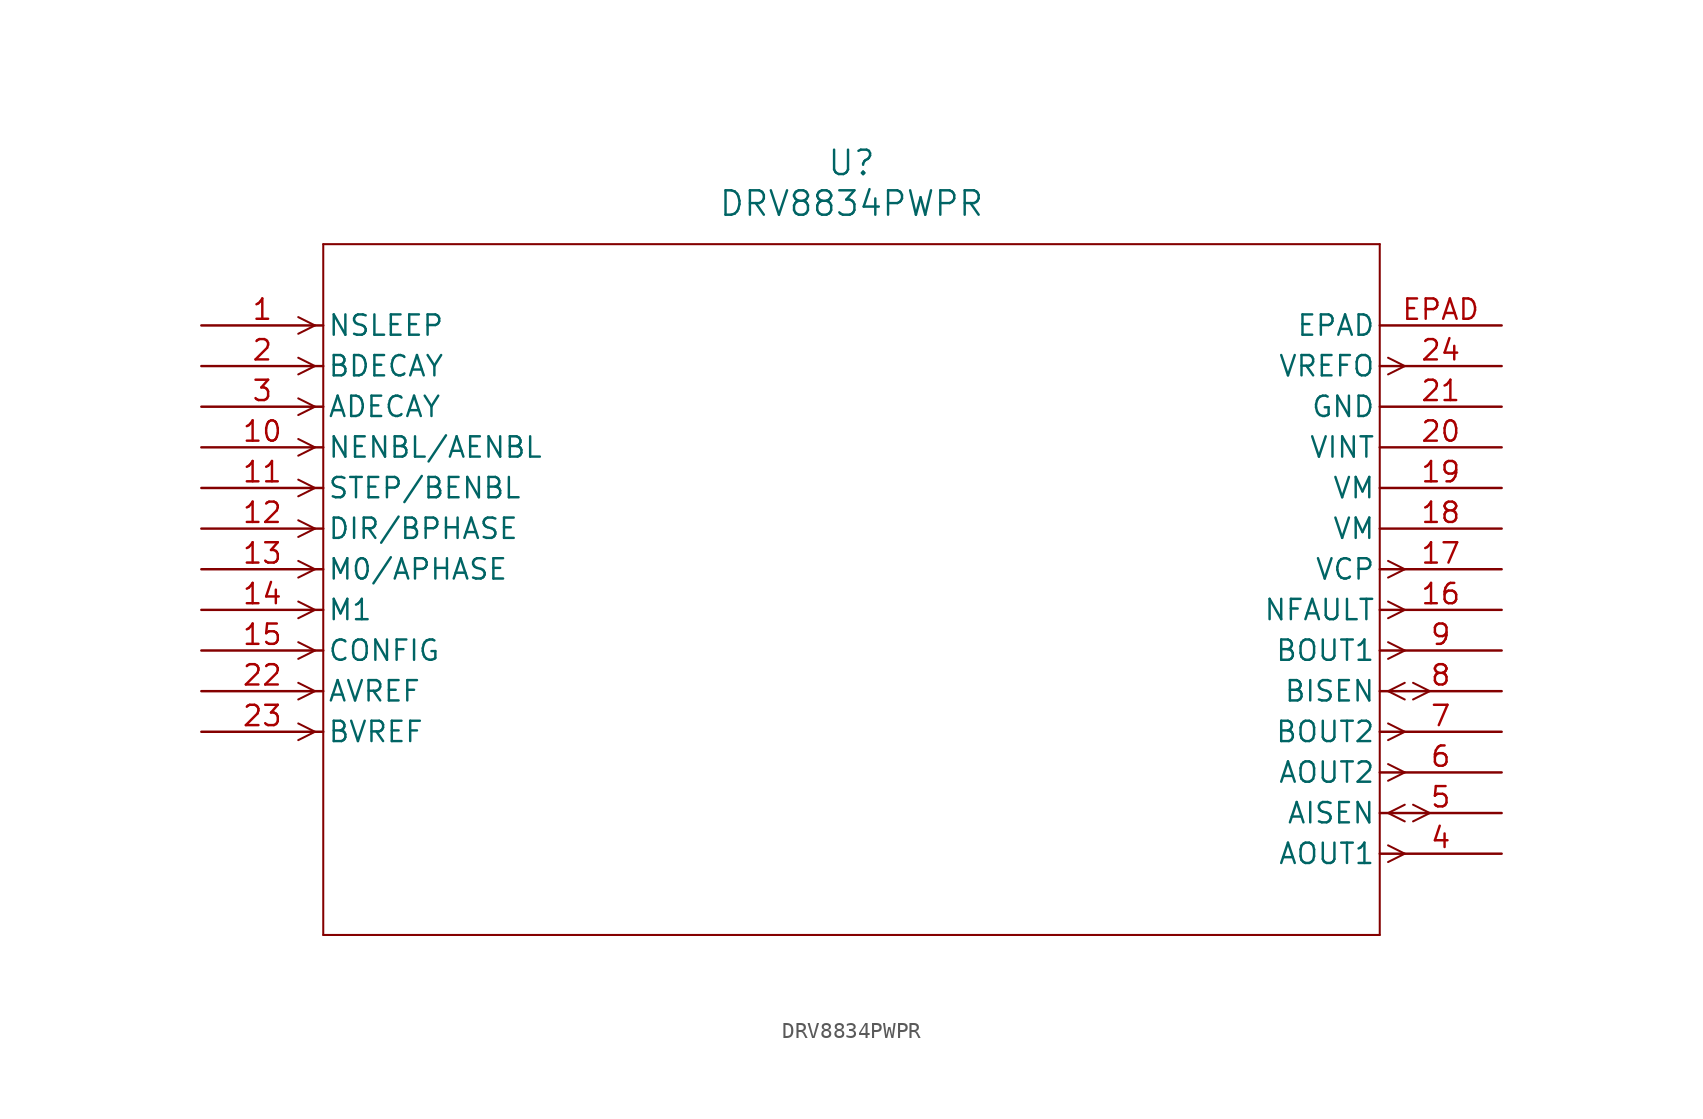
<source format=kicad_sym>
(kicad_symbol_lib
  (version 20211014)
  (generator kicad_symbol_editor)
  (symbol "DRV8834PWPR"
    (pin_names
      (offset 0.254))
    (property "Reference" "U"
      (at 40.64 10.16 0)
      (effects (font (size 1.524 1.524))))
    (property "Value" "DRV8834PWPR"
      (at 40.64 7.62 0)
      (effects (font (size 1.524 1.524))))
    (symbol "DRV8834PWPR_0_1"
      (polyline (pts (xy 7.099 0) (xy 6.058 0.521)) (stroke (width 0.127) (type default) (color 0 0 0 0)) (fill (type none)))
      (polyline (pts (xy 7.099 0) (xy 6.058 -0.521)) (stroke (width 0.127) (type default) (color 0 0 0 0)) (fill (type none)))
      (polyline (pts (xy 7.099 -2.54) (xy 6.058 -2.019)) (stroke (width 0.127) (type default) (color 0 0 0 0)) (fill (type none)))
      (polyline (pts (xy 7.099 -2.54) (xy 6.058 -3.061)) (stroke (width 0.127) (type default) (color 0 0 0 0)) (fill (type none)))
      (polyline (pts (xy 7.099 -5.08) (xy 6.058 -4.559)) (stroke (width 0.127) (type default) (color 0 0 0 0)) (fill (type none)))
      (polyline (pts (xy 7.099 -5.08) (xy 6.058 -5.601)) (stroke (width 0.127) (type default) (color 0 0 0 0)) (fill (type none)))
      (polyline (pts (xy 7.099 -7.62) (xy 6.058 -7.099)) (stroke (width 0.127) (type default) (color 0 0 0 0)) (fill (type none)))
      (polyline (pts (xy 7.099 -7.62) (xy 6.058 -8.141)) (stroke (width 0.127) (type default) (color 0 0 0 0)) (fill (type none)))
      (polyline (pts (xy 7.099 -10.16) (xy 6.058 -9.639)) (stroke (width 0.127) (type default) (color 0 0 0 0)) (fill (type none)))
      (polyline (pts (xy 7.099 -10.16) (xy 6.058 -10.681)) (stroke (width 0.127) (type default) (color 0 0 0 0)) (fill (type none)))
      (polyline (pts (xy 7.099 -12.7) (xy 6.058 -12.179)) (stroke (width 0.127) (type default) (color 0 0 0 0)) (fill (type none)))
      (polyline (pts (xy 7.099 -12.7) (xy 6.058 -13.221)) (stroke (width 0.127) (type default) (color 0 0 0 0)) (fill (type none)))
      (polyline (pts (xy 7.099 -15.24) (xy 6.058 -14.719)) (stroke (width 0.127) (type default) (color 0 0 0 0)) (fill (type none)))
      (polyline (pts (xy 7.099 -15.24) (xy 6.058 -15.761)) (stroke (width 0.127) (type default) (color 0 0 0 0)) (fill (type none)))
      (polyline (pts (xy 7.099 -17.78) (xy 6.058 -17.259)) (stroke (width 0.127) (type default) (color 0 0 0 0)) (fill (type none)))
      (polyline (pts (xy 7.099 -17.78) (xy 6.058 -18.301)) (stroke (width 0.127) (type default) (color 0 0 0 0)) (fill (type none)))
      (polyline (pts (xy 7.099 -20.32) (xy 6.058 -19.799)) (stroke (width 0.127) (type default) (color 0 0 0 0)) (fill (type none)))
      (polyline (pts (xy 7.099 -20.32) (xy 6.058 -20.841)) (stroke (width 0.127) (type default) (color 0 0 0 0)) (fill (type none)))
      (polyline (pts (xy 7.099 -22.86) (xy 6.058 -22.339)) (stroke (width 0.127) (type default) (color 0 0 0 0)) (fill (type none)))
      (polyline (pts (xy 7.099 -22.86) (xy 6.058 -23.381)) (stroke (width 0.127) (type default) (color 0 0 0 0)) (fill (type none)))
      (polyline (pts (xy 7.099 -25.4) (xy 6.058 -24.879)) (stroke (width 0.127) (type default) (color 0 0 0 0)) (fill (type none)))
      (polyline (pts (xy 7.099 -25.4) (xy 6.058 -25.921)) (stroke (width 0.127) (type default) (color 0 0 0 0)) (fill (type none)))
      (polyline (pts (xy 74.181 -32.499) (xy 75.222 -33.02)) (stroke (width 0.127) (type default) (color 0 0 0 0)) (fill (type none)))
      (polyline (pts (xy 74.181 -33.541) (xy 75.222 -33.02)) (stroke (width 0.127) (type default) (color 0 0 0 0)) (fill (type none)))
      (polyline (pts (xy 74.181 -30.48) (xy 75.222 -29.959)) (stroke (width 0.127) (type default) (color 0 0 0 0)) (fill (type none)))
      (polyline (pts (xy 74.181 -30.48) (xy 75.222 -31.001)) (stroke (width 0.127) (type default) (color 0 0 0 0)) (fill (type none)))
      (polyline (pts (xy 75.743 -29.959) (xy 76.784 -30.48)) (stroke (width 0.127) (type default) (color 0 0 0 0)) (fill (type none)))
      (polyline (pts (xy 75.743 -31.001) (xy 76.784 -30.48)) (stroke (width 0.127) (type default) (color 0 0 0 0)) (fill (type none)))
      (polyline (pts (xy 74.181 -27.419) (xy 75.222 -27.94)) (stroke (width 0.127) (type default) (color 0 0 0 0)) (fill (type none)))
      (polyline (pts (xy 74.181 -28.461) (xy 75.222 -27.94)) (stroke (width 0.127) (type default) (color 0 0 0 0)) (fill (type none)))
      (polyline (pts (xy 74.181 -24.879) (xy 75.222 -25.4)) (stroke (width 0.127) (type default) (color 0 0 0 0)) (fill (type none)))
      (polyline (pts (xy 74.181 -25.921) (xy 75.222 -25.4)) (stroke (width 0.127) (type default) (color 0 0 0 0)) (fill (type none)))
      (polyline (pts (xy 74.181 -22.86) (xy 75.222 -22.339)) (stroke (width 0.127) (type default) (color 0 0 0 0)) (fill (type none)))
      (polyline (pts (xy 74.181 -22.86) (xy 75.222 -23.381)) (stroke (width 0.127) (type default) (color 0 0 0 0)) (fill (type none)))
      (polyline (pts (xy 75.743 -22.339) (xy 76.784 -22.86)) (stroke (width 0.127) (type default) (color 0 0 0 0)) (fill (type none)))
      (polyline (pts (xy 75.743 -23.381) (xy 76.784 -22.86)) (stroke (width 0.127) (type default) (color 0 0 0 0)) (fill (type none)))
      (polyline (pts (xy 74.181 -19.799) (xy 75.222 -20.32)) (stroke (width 0.127) (type default) (color 0 0 0 0)) (fill (type none)))
      (polyline (pts (xy 74.181 -20.841) (xy 75.222 -20.32)) (stroke (width 0.127) (type default) (color 0 0 0 0)) (fill (type none)))
      (polyline (pts (xy 74.181 -17.259) (xy 75.222 -17.78)) (stroke (width 0.127) (type default) (color 0 0 0 0)) (fill (type none)))
      (polyline (pts (xy 74.181 -18.301) (xy 75.222 -17.78)) (stroke (width 0.127) (type default) (color 0 0 0 0)) (fill (type none)))
      (polyline (pts (xy 74.181 -14.719) (xy 75.222 -15.24)) (stroke (width 0.127) (type default) (color 0 0 0 0)) (fill (type none)))
      (polyline (pts (xy 74.181 -15.761) (xy 75.222 -15.24)) (stroke (width 0.127) (type default) (color 0 0 0 0)) (fill (type none)))
      (polyline (pts (xy 74.181 -2.019) (xy 75.222 -2.54)) (stroke (width 0.127) (type default) (color 0 0 0 0)) (fill (type none)))
      (polyline (pts (xy 74.181 -3.061) (xy 75.222 -2.54)) (stroke (width 0.127) (type default) (color 0 0 0 0)) (fill (type none)))
      (polyline (pts (xy 7.62 5.08) (xy 7.62 -38.1)) (stroke (width 0.127) (type default) (color 0 0 0 0)) (fill (type none)))
      (polyline (pts (xy 7.62 -38.1) (xy 73.66 -38.1)) (stroke (width 0.127) (type default) (color 0 0 0 0)) (fill (type none)))
      (polyline (pts (xy 73.66 -38.1) (xy 73.66 5.08)) (stroke (width 0.127) (type default) (color 0 0 0 0)) (fill (type none)))
      (polyline (pts (xy 73.66 5.08) (xy 7.62 5.08)) (stroke (width 0.127) (type default) (color 0 0 0 0)) (fill (type none)))
      (pin input line (at 0 0 0) (length 7.62) (name "NSLEEP" (effects (font (size 1.27 1.27)))) (number "1" (effects (font (size 1.27 1.27)))))
      (pin input line (at 0 -2.54 0) (length 7.62) (name "BDECAY" (effects (font (size 1.27 1.27)))) (number "2" (effects (font (size 1.27 1.27)))))
      (pin input line (at 0 -5.08 0) (length 7.62) (name "ADECAY" (effects (font (size 1.27 1.27)))) (number "3" (effects (font (size 1.27 1.27)))))
      (pin output line (at 81.28 -33.02 180) (length 7.62) (name "AOUT1" (effects (font (size 1.27 1.27)))) (number "4" (effects (font (size 1.27 1.27)))))
      (pin bidirectional line (at 81.28 -30.48 180) (length 7.62) (name "AISEN" (effects (font (size 1.27 1.27)))) (number "5" (effects (font (size 1.27 1.27)))))
      (pin output line (at 81.28 -27.94 180) (length 7.62) (name "AOUT2" (effects (font (size 1.27 1.27)))) (number "6" (effects (font (size 1.27 1.27)))))
      (pin output line (at 81.28 -25.4 180) (length 7.62) (name "BOUT2" (effects (font (size 1.27 1.27)))) (number "7" (effects (font (size 1.27 1.27)))))
      (pin bidirectional line (at 81.28 -22.86 180) (length 7.62) (name "BISEN" (effects (font (size 1.27 1.27)))) (number "8" (effects (font (size 1.27 1.27)))))
      (pin output line (at 81.28 -20.32 180) (length 7.62) (name "BOUT1" (effects (font (size 1.27 1.27)))) (number "9" (effects (font (size 1.27 1.27)))))
      (pin input line (at 0 -7.62 0) (length 7.62) (name "NENBL/AENBL" (effects (font (size 1.27 1.27)))) (number "10" (effects (font (size 1.27 1.27)))))
      (pin input line (at 0 -10.16 0) (length 7.62) (name "STEP/BENBL" (effects (font (size 1.27 1.27)))) (number "11" (effects (font (size 1.27 1.27)))))
      (pin input line (at 0 -12.7 0) (length 7.62) (name "DIR/BPHASE" (effects (font (size 1.27 1.27)))) (number "12" (effects (font (size 1.27 1.27)))))
      (pin input line (at 0 -15.24 0) (length 7.62) (name "M0/APHASE" (effects (font (size 1.27 1.27)))) (number "13" (effects (font (size 1.27 1.27)))))
      (pin input line (at 0 -17.78 0) (length 7.62) (name "M1" (effects (font (size 1.27 1.27)))) (number "14" (effects (font (size 1.27 1.27)))))
      (pin input line (at 0 -20.32 0) (length 7.62) (name "CONFIG" (effects (font (size 1.27 1.27)))) (number "15" (effects (font (size 1.27 1.27)))))
      (pin output line (at 81.28 -17.78 180) (length 7.62) (name "NFAULT" (effects (font (size 1.27 1.27)))) (number "16" (effects (font (size 1.27 1.27)))))
      (pin output line (at 81.28 -15.24 180) (length 7.62) (name "VCP" (effects (font (size 1.27 1.27)))) (number "17" (effects (font (size 1.27 1.27)))))
      (pin power_in line (at 81.28 -12.7 180) (length 7.62) (name "VM" (effects (font (size 1.27 1.27)))) (number "18" (effects (font (size 1.27 1.27)))))
      (pin power_in line (at 81.28 -10.16 180) (length 7.62) (name "VM" (effects (font (size 1.27 1.27)))) (number "19" (effects (font (size 1.27 1.27)))))
      (pin unspecified line (at 81.28 -7.62 180) (length 7.62) (name "VINT" (effects (font (size 1.27 1.27)))) (number "20" (effects (font (size 1.27 1.27)))))
      (pin power_in line (at 81.28 -5.08 180) (length 7.62) (name "GND" (effects (font (size 1.27 1.27)))) (number "21" (effects (font (size 1.27 1.27)))))
      (pin input line (at 0 -22.86 0) (length 7.62) (name "AVREF" (effects (font (size 1.27 1.27)))) (number "22" (effects (font (size 1.27 1.27)))))
      (pin input line (at 0 -25.4 0) (length 7.62) (name "BVREF" (effects (font (size 1.27 1.27)))) (number "23" (effects (font (size 1.27 1.27)))))
      (pin output line (at 81.28 -2.54 180) (length 7.62) (name "VREFO" (effects (font (size 1.27 1.27)))) (number "24" (effects (font (size 1.27 1.27)))))
      (pin unspecified line (at 81.28 0 180) (length 7.62) (name "EPAD" (effects (font (size 1.27 1.27)))) (number "EPAD" (effects (font (size 1.27 1.27))))))))
</source>
